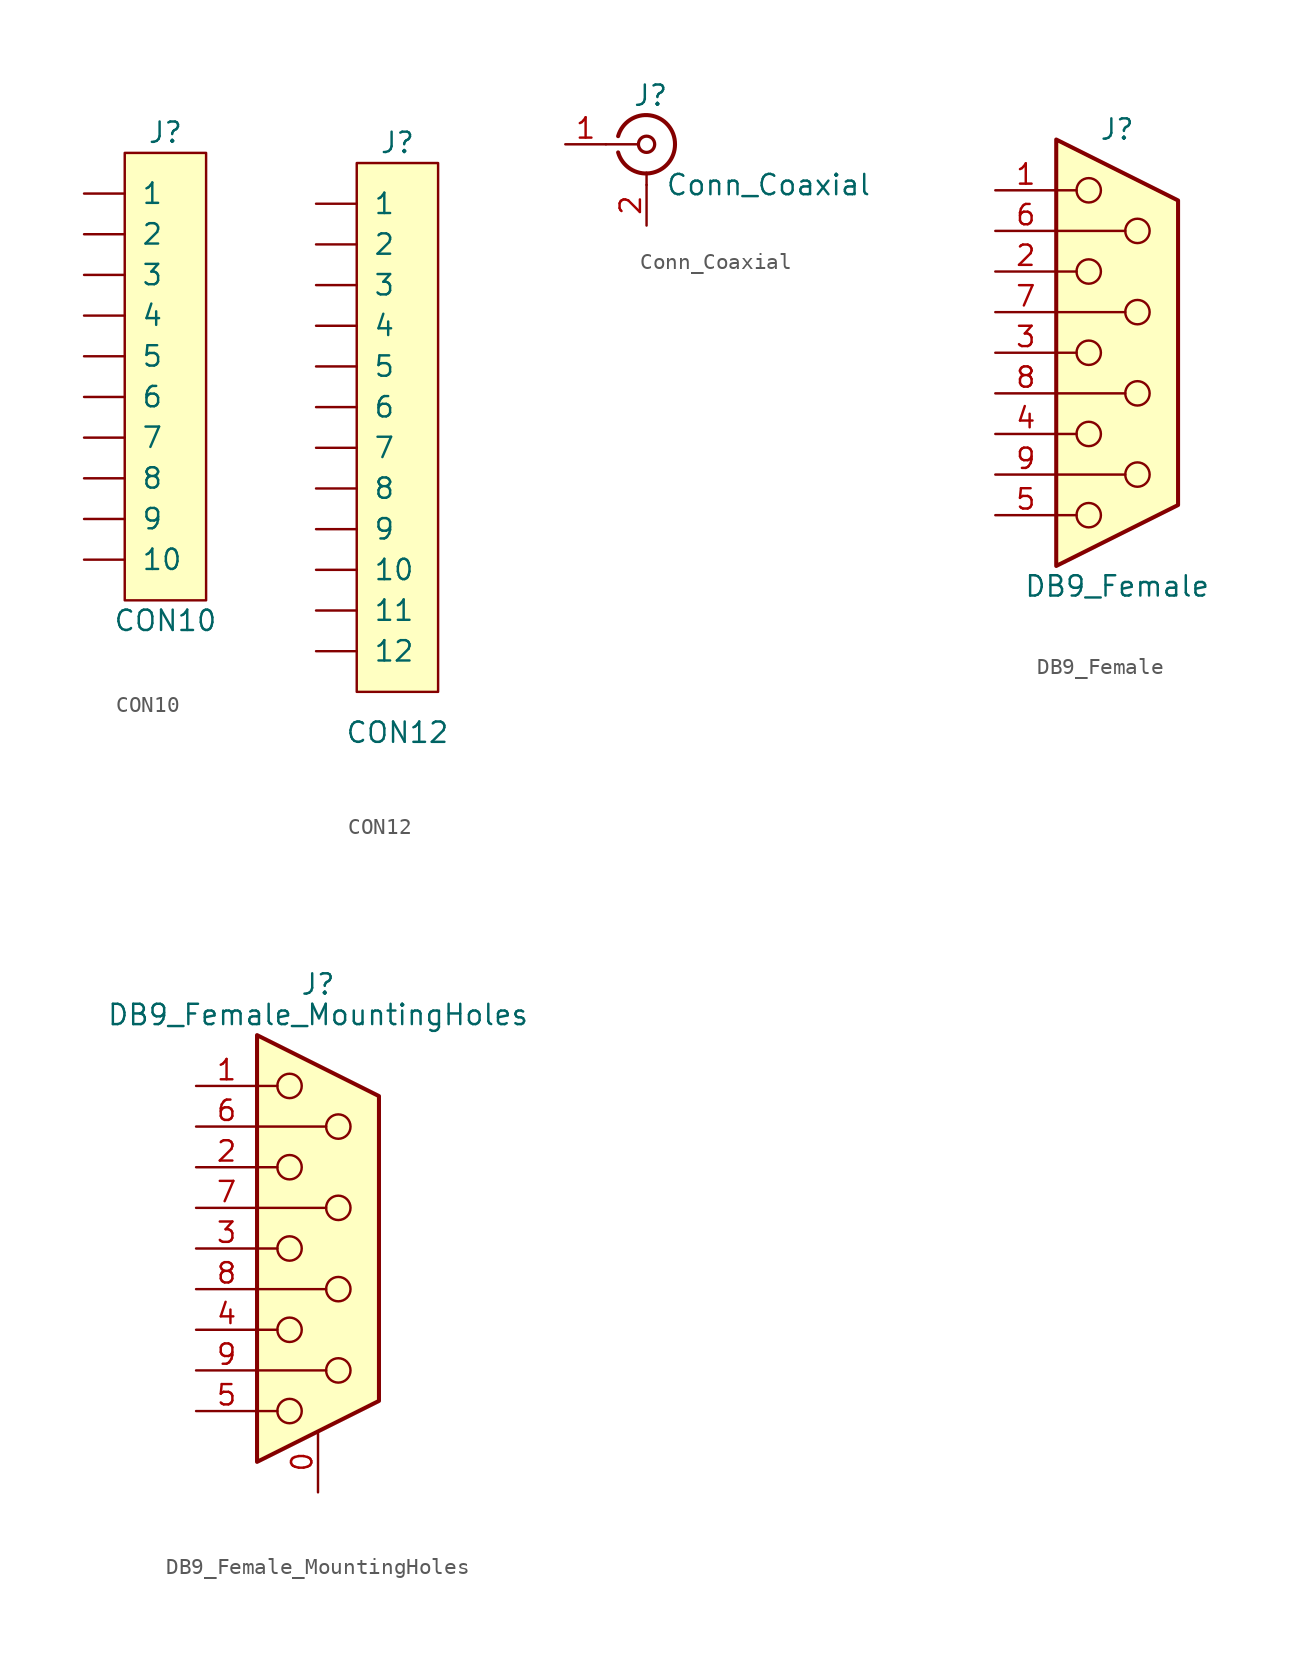
<source format=kicad_sym>
(kicad_symbol_lib
  (version 20220914)
  (generator kicad_symbol_editor)
  (symbol "CON10"
    (pin_numbers hide)
    (pin_names
      (offset 1.016))
    (property "Reference" "J"
      (at 5.08 3.81 0)
      (effects (font (size 1.27 1.27))))
    (property "Value" "CON10"
      (at 5.08 -26.67 0)
      (effects (font (size 1.27 1.27))))
    (symbol "CON10_0_1"
      (rectangle (start 2.54 2.54) (end 7.62 -25.4) (stroke (width 0.152) (type default)) (fill (type background))))
    (symbol "CON10_1_1"
      (pin passive line (at 0 0 0) (length 2.54) (name "1" (effects (font (size 1.27 1.27)))) (number "1" (effects (font (size 1.27 1.27)))))
      (pin passive line (at 0 -22.86 0) (length 2.54) (name "10" (effects (font (size 1.27 1.27)))) (number "10" (effects (font (size 1.27 1.27)))))
      (pin passive line (at 0 -2.54 0) (length 2.54) (name "2" (effects (font (size 1.27 1.27)))) (number "2" (effects (font (size 1.27 1.27)))))
      (pin passive line (at 0 -5.08 0) (length 2.54) (name "3" (effects (font (size 1.27 1.27)))) (number "3" (effects (font (size 1.27 1.27)))))
      (pin passive line (at 0 -7.62 0) (length 2.54) (name "4" (effects (font (size 1.27 1.27)))) (number "4" (effects (font (size 1.27 1.27)))))
      (pin passive line (at 0 -10.16 0) (length 2.54) (name "5" (effects (font (size 1.27 1.27)))) (number "5" (effects (font (size 1.27 1.27)))))
      (pin passive line (at 0 -12.7 0) (length 2.54) (name "6" (effects (font (size 1.27 1.27)))) (number "6" (effects (font (size 1.27 1.27)))))
      (pin passive line (at 0 -15.24 0) (length 2.54) (name "7" (effects (font (size 1.27 1.27)))) (number "7" (effects (font (size 1.27 1.27)))))
      (pin passive line (at 0 -17.78 0) (length 2.54) (name "8" (effects (font (size 1.27 1.27)))) (number "8" (effects (font (size 1.27 1.27)))))
      (pin passive line (at 0 -20.32 0) (length 2.54) (name "9" (effects (font (size 1.27 1.27)))) (number "9" (effects (font (size 1.27 1.27)))))))
  (symbol "CON12"
    (pin_numbers hide)
    (pin_names
      (offset 1.016))
    (property "Reference" "J"
      (at 0 16.51 0)
      (effects (font (size 1.27 1.27))))
    (property "Value" "CON12"
      (at 0 -20.32 0)
      (effects (font (size 1.27 1.27))))
    (symbol "CON12_0_1"
      (rectangle (start -2.54 15.24) (end 2.54 -17.78) (stroke (width 0.152) (type default)) (fill (type background))))
    (symbol "CON12_1_1"
      (pin passive line (at -5.08 12.7 0) (length 2.54) (name "1" (effects (font (size 1.27 1.27)))) (number "1" (effects (font (size 1.27 1.27)))))
      (pin passive line (at -5.08 -10.16 0) (length 2.54) (name "10" (effects (font (size 1.27 1.27)))) (number "10" (effects (font (size 1.27 1.27)))))
      (pin passive line (at -5.08 -12.7 0) (length 2.54) (name "11" (effects (font (size 1.27 1.27)))) (number "11" (effects (font (size 1.27 1.27)))))
      (pin passive line (at -5.08 -15.24 0) (length 2.54) (name "12" (effects (font (size 1.27 1.27)))) (number "12" (effects (font (size 1.27 1.27)))))
      (pin passive line (at -5.08 10.16 0) (length 2.54) (name "2" (effects (font (size 1.27 1.27)))) (number "2" (effects (font (size 1.27 1.27)))))
      (pin passive line (at -5.08 7.62 0) (length 2.54) (name "3" (effects (font (size 1.27 1.27)))) (number "3" (effects (font (size 1.27 1.27)))))
      (pin passive line (at -5.08 5.08 0) (length 2.54) (name "4" (effects (font (size 1.27 1.27)))) (number "4" (effects (font (size 1.27 1.27)))))
      (pin passive line (at -5.08 2.54 0) (length 2.54) (name "5" (effects (font (size 1.27 1.27)))) (number "5" (effects (font (size 1.27 1.27)))))
      (pin passive line (at -5.08 0 0) (length 2.54) (name "6" (effects (font (size 1.27 1.27)))) (number "6" (effects (font (size 1.27 1.27)))))
      (pin passive line (at -5.08 -2.54 0) (length 2.54) (name "7" (effects (font (size 1.27 1.27)))) (number "7" (effects (font (size 1.27 1.27)))))
      (pin passive line (at -5.08 -5.08 0) (length 2.54) (name "8" (effects (font (size 1.27 1.27)))) (number "8" (effects (font (size 1.27 1.27)))))
      (pin passive line (at -5.08 -7.62 0) (length 2.54) (name "9" (effects (font (size 1.27 1.27)))) (number "9" (effects (font (size 1.27 1.27)))))))
  (symbol "Conn_Coaxial"
    (pin_names
      (offset 1.016) hide)
    (property "Reference" "J"
      (at 0.254 3.048 0)
      (effects (font (size 1.27 1.27))))
    (property "Value" "Conn_Coaxial"
      (at 7.62 -2.54 0)
      (effects (font (size 1.27 1.27))))
    (symbol "Conn_Coaxial_0_1"
      (arc (start -1.778 -0.508) (mid 0.2311 -1.8066) (end 1.778 0) (stroke (width 0.254) (type default)) (fill (type none)))
      (polyline (pts (xy -2.54 0) (xy -0.508 0)) (stroke (width 0) (type default)) (fill (type none)))
      (polyline (pts (xy 0 -2.54) (xy 0 -1.778)) (stroke (width 0) (type default)) (fill (type none)))
      (circle (center 0 0) (radius 0.508) (stroke (width 0.203) (type default)) (fill (type none)))
      (arc (start 1.778 0) (mid 0.2099 1.8101) (end -1.778 0.508) (stroke (width 0.254) (type default)) (fill (type none))))
    (symbol "Conn_Coaxial_1_1"
      (pin passive line (at -5.08 0 0) (length 2.54) (name "In" (effects (font (size 1.27 1.27)))) (number "1" (effects (font (size 1.27 1.27)))))
      (pin passive line (at 0 -5.08 90) (length 2.54) (name "Ext" (effects (font (size 1.27 1.27)))) (number "2" (effects (font (size 1.27 1.27)))))))
  (symbol "DB9_Female"
    (pin_names
      (offset 1.016) hide)
    (property "Reference" "J"
      (at 0 13.97 0)
      (effects (font (size 1.27 1.27))))
    (property "Value" "DB9_Female"
      (at 0 -14.605 0)
      (effects (font (size 1.27 1.27))))
    (symbol "DB9_Female_0_1"
      (circle (center -1.778 -10.16) (radius 0.762) (stroke (width 0) (type default)) (fill (type none)))
      (circle (center -1.778 -5.08) (radius 0.762) (stroke (width 0) (type default)) (fill (type none)))
      (circle (center -1.778 0) (radius 0.762) (stroke (width 0) (type default)) (fill (type none)))
      (circle (center -1.778 5.08) (radius 0.762) (stroke (width 0) (type default)) (fill (type none)))
      (circle (center -1.778 10.16) (radius 0.762) (stroke (width 0) (type default)) (fill (type none)))
      (polyline (pts (xy -3.81 -10.16) (xy -2.54 -10.16)) (stroke (width 0) (type default)) (fill (type none)))
      (polyline (pts (xy -3.81 -7.62) (xy 0.508 -7.62)) (stroke (width 0) (type default)) (fill (type none)))
      (polyline (pts (xy -3.81 -5.08) (xy -2.54 -5.08)) (stroke (width 0) (type default)) (fill (type none)))
      (polyline (pts (xy -3.81 -2.54) (xy 0.508 -2.54)) (stroke (width 0) (type default)) (fill (type none)))
      (polyline (pts (xy -3.81 0) (xy -2.54 0)) (stroke (width 0) (type default)) (fill (type none)))
      (polyline (pts (xy -3.81 2.54) (xy 0.508 2.54)) (stroke (width 0) (type default)) (fill (type none)))
      (polyline (pts (xy -3.81 5.08) (xy -2.54 5.08)) (stroke (width 0) (type default)) (fill (type none)))
      (polyline (pts (xy -3.81 7.62) (xy 0.508 7.62)) (stroke (width 0) (type default)) (fill (type none)))
      (polyline (pts (xy -3.81 10.16) (xy -2.54 10.16)) (stroke (width 0) (type default)) (fill (type none)))
      (polyline (pts (xy -3.81 13.335) (xy -3.81 -13.335) (xy 3.81 -9.525) (xy 3.81 9.525) (xy -3.81 13.335)) (stroke (width 0.254) (type default)) (fill (type background)))
      (circle (center 1.27 -7.62) (radius 0.762) (stroke (width 0) (type default)) (fill (type none)))
      (circle (center 1.27 -2.54) (radius 0.762) (stroke (width 0) (type default)) (fill (type none)))
      (circle (center 1.27 2.54) (radius 0.762) (stroke (width 0) (type default)) (fill (type none)))
      (circle (center 1.27 7.62) (radius 0.762) (stroke (width 0) (type default)) (fill (type none))))
    (symbol "DB9_Female_1_1"
      (pin passive line (at -7.62 10.16 0) (length 3.81) (name "1" (effects (font (size 1.27 1.27)))) (number "1" (effects (font (size 1.27 1.27)))))
      (pin passive line (at -7.62 5.08 0) (length 3.81) (name "2" (effects (font (size 1.27 1.27)))) (number "2" (effects (font (size 1.27 1.27)))))
      (pin passive line (at -7.62 0 0) (length 3.81) (name "3" (effects (font (size 1.27 1.27)))) (number "3" (effects (font (size 1.27 1.27)))))
      (pin passive line (at -7.62 -5.08 0) (length 3.81) (name "4" (effects (font (size 1.27 1.27)))) (number "4" (effects (font (size 1.27 1.27)))))
      (pin passive line (at -7.62 -10.16 0) (length 3.81) (name "5" (effects (font (size 1.27 1.27)))) (number "5" (effects (font (size 1.27 1.27)))))
      (pin passive line (at -7.62 7.62 0) (length 3.81) (name "6" (effects (font (size 1.27 1.27)))) (number "6" (effects (font (size 1.27 1.27)))))
      (pin passive line (at -7.62 2.54 0) (length 3.81) (name "7" (effects (font (size 1.27 1.27)))) (number "7" (effects (font (size 1.27 1.27)))))
      (pin passive line (at -7.62 -2.54 0) (length 3.81) (name "8" (effects (font (size 1.27 1.27)))) (number "8" (effects (font (size 1.27 1.27)))))
      (pin passive line (at -7.62 -7.62 0) (length 3.81) (name "9" (effects (font (size 1.27 1.27)))) (number "9" (effects (font (size 1.27 1.27)))))))
  (symbol "DB9_Female_MountingHoles"
    (pin_names
      (offset 1.016) hide)
    (property "Reference" "J"
      (at 0 16.51 0)
      (effects (font (size 1.27 1.27))))
    (property "Value" "DB9_Female_MountingHoles"
      (at 0 14.605 0)
      (effects (font (size 1.27 1.27))))
    (symbol "DB9_Female_MountingHoles_0_1"
      (circle (center -1.778 -10.16) (radius 0.762) (stroke (width 0) (type default)) (fill (type none)))
      (circle (center -1.778 -5.08) (radius 0.762) (stroke (width 0) (type default)) (fill (type none)))
      (circle (center -1.778 0) (radius 0.762) (stroke (width 0) (type default)) (fill (type none)))
      (circle (center -1.778 5.08) (radius 0.762) (stroke (width 0) (type default)) (fill (type none)))
      (circle (center -1.778 10.16) (radius 0.762) (stroke (width 0) (type default)) (fill (type none)))
      (polyline (pts (xy -3.81 -10.16) (xy -2.54 -10.16)) (stroke (width 0) (type default)) (fill (type none)))
      (polyline (pts (xy -3.81 -7.62) (xy 0.508 -7.62)) (stroke (width 0) (type default)) (fill (type none)))
      (polyline (pts (xy -3.81 -5.08) (xy -2.54 -5.08)) (stroke (width 0) (type default)) (fill (type none)))
      (polyline (pts (xy -3.81 -2.54) (xy 0.508 -2.54)) (stroke (width 0) (type default)) (fill (type none)))
      (polyline (pts (xy -3.81 0) (xy -2.54 0)) (stroke (width 0) (type default)) (fill (type none)))
      (polyline (pts (xy -3.81 2.54) (xy 0.508 2.54)) (stroke (width 0) (type default)) (fill (type none)))
      (polyline (pts (xy -3.81 5.08) (xy -2.54 5.08)) (stroke (width 0) (type default)) (fill (type none)))
      (polyline (pts (xy -3.81 7.62) (xy 0.508 7.62)) (stroke (width 0) (type default)) (fill (type none)))
      (polyline (pts (xy -3.81 10.16) (xy -2.54 10.16)) (stroke (width 0) (type default)) (fill (type none)))
      (polyline (pts (xy -3.81 13.335) (xy -3.81 -13.335) (xy 3.81 -9.525) (xy 3.81 9.525) (xy -3.81 13.335)) (stroke (width 0.254) (type default)) (fill (type background)))
      (circle (center 1.27 -7.62) (radius 0.762) (stroke (width 0) (type default)) (fill (type none)))
      (circle (center 1.27 -2.54) (radius 0.762) (stroke (width 0) (type default)) (fill (type none)))
      (circle (center 1.27 2.54) (radius 0.762) (stroke (width 0) (type default)) (fill (type none)))
      (circle (center 1.27 7.62) (radius 0.762) (stroke (width 0) (type default)) (fill (type none))))
    (symbol "DB9_Female_MountingHoles_1_1"
      (pin passive line (at 0 -15.24 90) (length 3.81) (name "PAD" (effects (font (size 1.27 1.27)))) (number "0" (effects (font (size 1.27 1.27)))))
      (pin passive line (at -7.62 10.16 0) (length 3.81) (name "1" (effects (font (size 1.27 1.27)))) (number "1" (effects (font (size 1.27 1.27)))))
      (pin passive line (at -7.62 5.08 0) (length 3.81) (name "2" (effects (font (size 1.27 1.27)))) (number "2" (effects (font (size 1.27 1.27)))))
      (pin passive line (at -7.62 0 0) (length 3.81) (name "3" (effects (font (size 1.27 1.27)))) (number "3" (effects (font (size 1.27 1.27)))))
      (pin passive line (at -7.62 -5.08 0) (length 3.81) (name "4" (effects (font (size 1.27 1.27)))) (number "4" (effects (font (size 1.27 1.27)))))
      (pin passive line (at -7.62 -10.16 0) (length 3.81) (name "5" (effects (font (size 1.27 1.27)))) (number "5" (effects (font (size 1.27 1.27)))))
      (pin passive line (at -7.62 7.62 0) (length 3.81) (name "6" (effects (font (size 1.27 1.27)))) (number "6" (effects (font (size 1.27 1.27)))))
      (pin passive line (at -7.62 2.54 0) (length 3.81) (name "7" (effects (font (size 1.27 1.27)))) (number "7" (effects (font (size 1.27 1.27)))))
      (pin passive line (at -7.62 -2.54 0) (length 3.81) (name "8" (effects (font (size 1.27 1.27)))) (number "8" (effects (font (size 1.27 1.27)))))
      (pin passive line (at -7.62 -7.62 0) (length 3.81) (name "9" (effects (font (size 1.27 1.27)))) (number "9" (effects (font (size 1.27 1.27))))))))
</source>
